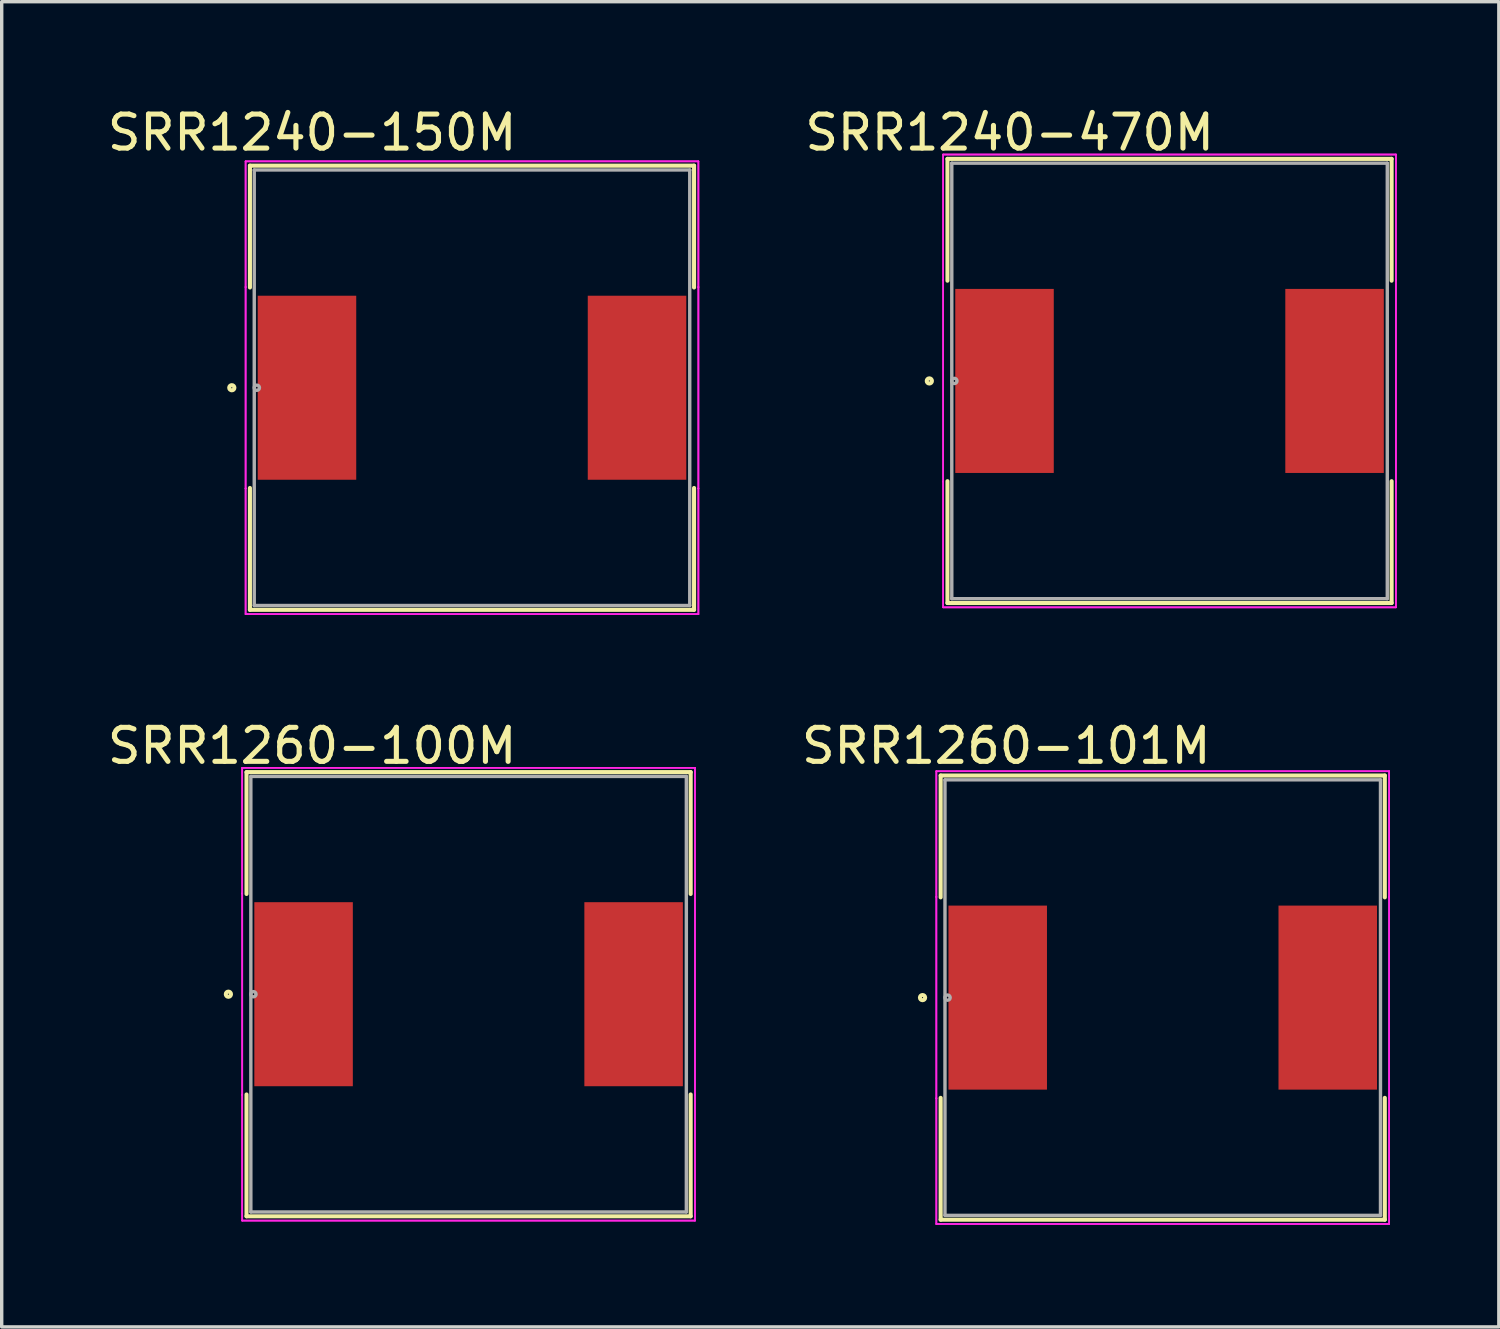
<source format=kicad_pcb>
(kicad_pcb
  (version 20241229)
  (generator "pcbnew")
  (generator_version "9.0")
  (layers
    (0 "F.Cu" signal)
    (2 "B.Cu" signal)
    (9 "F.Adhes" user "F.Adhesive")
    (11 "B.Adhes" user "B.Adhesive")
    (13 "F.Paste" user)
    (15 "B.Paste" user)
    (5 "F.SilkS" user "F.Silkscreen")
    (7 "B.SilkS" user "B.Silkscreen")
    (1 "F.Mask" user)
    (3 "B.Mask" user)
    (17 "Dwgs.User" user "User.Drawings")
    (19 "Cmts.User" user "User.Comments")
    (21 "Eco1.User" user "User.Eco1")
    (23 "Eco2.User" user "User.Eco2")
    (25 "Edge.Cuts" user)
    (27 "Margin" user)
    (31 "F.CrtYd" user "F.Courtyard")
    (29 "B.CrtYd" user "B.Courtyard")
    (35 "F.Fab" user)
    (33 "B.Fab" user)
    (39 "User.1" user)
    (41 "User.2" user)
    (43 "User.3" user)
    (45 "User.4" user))
  (footprint "SRR1260-100M"
    (layer "F.Cu")
    (at 10.725 26.176)
    (property "Reference" "SRR1260-100M" (at -4.6 -7.3 0) (layer "F.SilkS") (effects (font (size 1 1) (thickness 0.15))))
    (attr smd)
    (fp_line (start -6.528 -6.528) (end -6.528 -2.947) (stroke (width 0.12) (type solid)) (layer "F.SilkS"))
    (fp_line (start -6.528 2.947) (end -6.528 6.528) (stroke (width 0.12) (type solid)) (layer "F.SilkS"))
    (fp_line (start -6.528 6.528) (end 6.528 6.528) (stroke (width 0.12) (type solid)) (layer "F.SilkS"))
    (fp_line (start 6.528 -6.528) (end -6.528 -6.528) (stroke (width 0.12) (type solid)) (layer "F.SilkS"))
    (fp_line (start 6.528 -2.947) (end 6.528 -6.528) (stroke (width 0.12) (type solid)) (layer "F.SilkS"))
    (fp_line (start 6.528 6.528) (end 6.528 2.947) (stroke (width 0.12) (type solid)) (layer "F.SilkS"))
    (fp_circle (center -7.061 0) (end -6.985 0) (stroke (width 0.12) (type solid)) (fill no) (layer "F.SilkS"))
    (fp_line (start -6.655 -6.655) (end 6.655 -6.655) (stroke (width 0.05) (type solid)) (layer "F.CrtYd"))
    (fp_line (start -6.655 -6.655) (end 6.655 -6.655) (stroke (width 0.05) (type solid)) (layer "F.CrtYd"))
    (fp_line (start -6.655 -2.959) (end -6.655 -6.655) (stroke (width 0.05) (type solid)) (layer "F.CrtYd"))
    (fp_line (start -6.655 -2.959) (end -6.655 -6.655) (stroke (width 0.05) (type solid)) (layer "F.CrtYd"))
    (fp_line (start -6.655 -2.959) (end -6.655 -2.959) (stroke (width 0.05) (type solid)) (layer "F.CrtYd"))
    (fp_line (start -6.655 -2.959) (end -6.655 -2.959) (stroke (width 0.05) (type solid)) (layer "F.CrtYd"))
    (fp_line (start -6.655 2.959) (end -6.655 -2.959) (stroke (width 0.05) (type solid)) (layer "F.CrtYd"))
    (fp_line (start -6.655 2.959) (end -6.655 -2.959) (stroke (width 0.05) (type solid)) (layer "F.CrtYd"))
    (fp_line (start -6.655 2.959) (end -6.655 2.959) (stroke (width 0.05) (type solid)) (layer "F.CrtYd"))
    (fp_line (start -6.655 2.959) (end -6.655 2.959) (stroke (width 0.05) (type solid)) (layer "F.CrtYd"))
    (fp_line (start -6.655 6.655) (end -6.655 2.959) (stroke (width 0.05) (type solid)) (layer "F.CrtYd"))
    (fp_line (start -6.655 6.655) (end -6.655 2.959) (stroke (width 0.05) (type solid)) (layer "F.CrtYd"))
    (fp_line (start 6.655 -6.655) (end 6.655 -2.959) (stroke (width 0.05) (type solid)) (layer "F.CrtYd"))
    (fp_line (start 6.655 -6.655) (end 6.655 -2.959) (stroke (width 0.05) (type solid)) (layer "F.CrtYd"))
    (fp_line (start 6.655 -2.959) (end 6.655 -2.959) (stroke (width 0.05) (type solid)) (layer "F.CrtYd"))
    (fp_line (start 6.655 -2.959) (end 6.655 -2.959) (stroke (width 0.05) (type solid)) (layer "F.CrtYd"))
    (fp_line (start 6.655 -2.959) (end 6.655 2.959) (stroke (width 0.05) (type solid)) (layer "F.CrtYd"))
    (fp_line (start 6.655 -2.959) (end 6.655 2.959) (stroke (width 0.05) (type solid)) (layer "F.CrtYd"))
    (fp_line (start 6.655 2.959) (end 6.655 2.959) (stroke (width 0.05) (type solid)) (layer "F.CrtYd"))
    (fp_line (start 6.655 2.959) (end 6.655 2.959) (stroke (width 0.05) (type solid)) (layer "F.CrtYd"))
    (fp_line (start 6.655 2.959) (end 6.655 6.655) (stroke (width 0.05) (type solid)) (layer "F.CrtYd"))
    (fp_line (start 6.655 2.959) (end 6.655 6.655) (stroke (width 0.05) (type solid)) (layer "F.CrtYd"))
    (fp_line (start 6.655 6.655) (end -6.655 6.655) (stroke (width 0.05) (type solid)) (layer "F.CrtYd"))
    (fp_line (start 6.655 6.655) (end -6.655 6.655) (stroke (width 0.05) (type solid)) (layer "F.CrtYd"))
    (fp_line (start -6.401 -6.401) (end -6.401 6.401) (stroke (width 0.1) (type solid)) (layer "F.Fab"))
    (fp_line (start -6.401 6.401) (end 6.401 6.401) (stroke (width 0.1) (type solid)) (layer "F.Fab"))
    (fp_line (start 6.401 -6.401) (end -6.401 -6.401) (stroke (width 0.1) (type solid)) (layer "F.Fab"))
    (fp_line (start 6.401 6.401) (end 6.401 -6.401) (stroke (width 0.1) (type solid)) (layer "F.Fab"))
    (fp_circle (center -6.325 0) (end -6.248 0) (stroke (width 0.1) (type solid)) (fill no) (layer "F.Fab"))
    (pad "1" smd rect (at -4.851 0) (size 2.896 5.41) (layers "F.Cu" "F.Mask" "F.Paste"))
    (pad "2" smd rect (at 4.851 0) (size 2.896 5.41) (layers "F.Cu" "F.Mask" "F.Paste")))
  (footprint "SRR1260-101M"
    (layer "F.Cu")
    (at 31.13 26.276)
    (property "Reference" "SRR1260-101M" (at -4.6 -7.4 0) (layer "F.SilkS") (effects (font (size 1 1) (thickness 0.15))))
    (attr smd)
    (fp_line (start -6.528 -6.528) (end -6.528 -2.947) (stroke (width 0.12) (type solid)) (layer "F.SilkS"))
    (fp_line (start -6.528 2.947) (end -6.528 6.528) (stroke (width 0.12) (type solid)) (layer "F.SilkS"))
    (fp_line (start -6.528 6.528) (end 6.528 6.528) (stroke (width 0.12) (type solid)) (layer "F.SilkS"))
    (fp_line (start 6.528 -6.528) (end -6.528 -6.528) (stroke (width 0.12) (type solid)) (layer "F.SilkS"))
    (fp_line (start 6.528 -2.947) (end 6.528 -6.528) (stroke (width 0.12) (type solid)) (layer "F.SilkS"))
    (fp_line (start 6.528 6.528) (end 6.528 2.947) (stroke (width 0.12) (type solid)) (layer "F.SilkS"))
    (fp_circle (center -7.061 0) (end -6.985 0) (stroke (width 0.12) (type solid)) (fill no) (layer "F.SilkS"))
    (fp_line (start -6.655 -6.655) (end 6.655 -6.655) (stroke (width 0.05) (type solid)) (layer "F.CrtYd"))
    (fp_line (start -6.655 -6.655) (end 6.655 -6.655) (stroke (width 0.05) (type solid)) (layer "F.CrtYd"))
    (fp_line (start -6.655 -2.959) (end -6.655 -6.655) (stroke (width 0.05) (type solid)) (layer "F.CrtYd"))
    (fp_line (start -6.655 -2.959) (end -6.655 -6.655) (stroke (width 0.05) (type solid)) (layer "F.CrtYd"))
    (fp_line (start -6.655 -2.959) (end -6.655 -2.959) (stroke (width 0.05) (type solid)) (layer "F.CrtYd"))
    (fp_line (start -6.655 -2.959) (end -6.655 -2.959) (stroke (width 0.05) (type solid)) (layer "F.CrtYd"))
    (fp_line (start -6.655 2.959) (end -6.655 -2.959) (stroke (width 0.05) (type solid)) (layer "F.CrtYd"))
    (fp_line (start -6.655 2.959) (end -6.655 -2.959) (stroke (width 0.05) (type solid)) (layer "F.CrtYd"))
    (fp_line (start -6.655 2.959) (end -6.655 2.959) (stroke (width 0.05) (type solid)) (layer "F.CrtYd"))
    (fp_line (start -6.655 2.959) (end -6.655 2.959) (stroke (width 0.05) (type solid)) (layer "F.CrtYd"))
    (fp_line (start -6.655 6.655) (end -6.655 2.959) (stroke (width 0.05) (type solid)) (layer "F.CrtYd"))
    (fp_line (start -6.655 6.655) (end -6.655 2.959) (stroke (width 0.05) (type solid)) (layer "F.CrtYd"))
    (fp_line (start 6.655 -6.655) (end 6.655 -2.959) (stroke (width 0.05) (type solid)) (layer "F.CrtYd"))
    (fp_line (start 6.655 -6.655) (end 6.655 -2.959) (stroke (width 0.05) (type solid)) (layer "F.CrtYd"))
    (fp_line (start 6.655 -2.959) (end 6.655 -2.959) (stroke (width 0.05) (type solid)) (layer "F.CrtYd"))
    (fp_line (start 6.655 -2.959) (end 6.655 -2.959) (stroke (width 0.05) (type solid)) (layer "F.CrtYd"))
    (fp_line (start 6.655 -2.959) (end 6.655 2.959) (stroke (width 0.05) (type solid)) (layer "F.CrtYd"))
    (fp_line (start 6.655 -2.959) (end 6.655 2.959) (stroke (width 0.05) (type solid)) (layer "F.CrtYd"))
    (fp_line (start 6.655 2.959) (end 6.655 2.959) (stroke (width 0.05) (type solid)) (layer "F.CrtYd"))
    (fp_line (start 6.655 2.959) (end 6.655 2.959) (stroke (width 0.05) (type solid)) (layer "F.CrtYd"))
    (fp_line (start 6.655 2.959) (end 6.655 6.655) (stroke (width 0.05) (type solid)) (layer "F.CrtYd"))
    (fp_line (start 6.655 2.959) (end 6.655 6.655) (stroke (width 0.05) (type solid)) (layer "F.CrtYd"))
    (fp_line (start 6.655 6.655) (end -6.655 6.655) (stroke (width 0.05) (type solid)) (layer "F.CrtYd"))
    (fp_line (start 6.655 6.655) (end -6.655 6.655) (stroke (width 0.05) (type solid)) (layer "F.CrtYd"))
    (fp_line (start -6.401 -6.401) (end -6.401 6.401) (stroke (width 0.1) (type solid)) (layer "F.Fab"))
    (fp_line (start -6.401 6.401) (end 6.401 6.401) (stroke (width 0.1) (type solid)) (layer "F.Fab"))
    (fp_line (start 6.401 -6.401) (end -6.401 -6.401) (stroke (width 0.1) (type solid)) (layer "F.Fab"))
    (fp_line (start 6.401 6.401) (end 6.401 -6.401) (stroke (width 0.1) (type solid)) (layer "F.Fab"))
    (fp_circle (center -6.325 0) (end -6.248 0) (stroke (width 0.1) (type solid)) (fill no) (layer "F.Fab"))
    (pad "1" smd rect (at -4.851 0) (size 2.896 5.41) (layers "F.Cu" "F.Mask" "F.Paste"))
    (pad "2" smd rect (at 4.851 0) (size 2.896 5.41) (layers "F.Cu" "F.Mask" "F.Paste")))
  (footprint "SRR1240-470M"
    (layer "F.Cu")
    (at 31.33 8.148)
    (property "Reference" "SRR1240-470M" (at -4.7 -7.3 0) (layer "F.SilkS") (effects (font (size 1 1) (thickness 0.15))))
    (attr smd)
    (fp_line (start -6.528 -6.528) (end -6.528 -2.947) (stroke (width 0.12) (type solid)) (layer "F.SilkS"))
    (fp_line (start -6.528 2.947) (end -6.528 6.528) (stroke (width 0.12) (type solid)) (layer "F.SilkS"))
    (fp_line (start -6.528 6.528) (end 6.528 6.528) (stroke (width 0.12) (type solid)) (layer "F.SilkS"))
    (fp_line (start 6.528 -6.528) (end -6.528 -6.528) (stroke (width 0.12) (type solid)) (layer "F.SilkS"))
    (fp_line (start 6.528 -2.947) (end 6.528 -6.528) (stroke (width 0.12) (type solid)) (layer "F.SilkS"))
    (fp_line (start 6.528 6.528) (end 6.528 2.947) (stroke (width 0.12) (type solid)) (layer "F.SilkS"))
    (fp_circle (center -7.061 0) (end -6.985 0) (stroke (width 0.12) (type solid)) (fill no) (layer "F.SilkS"))
    (fp_line (start -6.655 -6.655) (end 6.655 -6.655) (stroke (width 0.05) (type solid)) (layer "F.CrtYd"))
    (fp_line (start -6.655 -6.655) (end 6.655 -6.655) (stroke (width 0.05) (type solid)) (layer "F.CrtYd"))
    (fp_line (start -6.655 -2.959) (end -6.655 -6.655) (stroke (width 0.05) (type solid)) (layer "F.CrtYd"))
    (fp_line (start -6.655 -2.959) (end -6.655 -6.655) (stroke (width 0.05) (type solid)) (layer "F.CrtYd"))
    (fp_line (start -6.655 -2.959) (end -6.655 -2.959) (stroke (width 0.05) (type solid)) (layer "F.CrtYd"))
    (fp_line (start -6.655 -2.959) (end -6.655 -2.959) (stroke (width 0.05) (type solid)) (layer "F.CrtYd"))
    (fp_line (start -6.655 2.959) (end -6.655 -2.959) (stroke (width 0.05) (type solid)) (layer "F.CrtYd"))
    (fp_line (start -6.655 2.959) (end -6.655 -2.959) (stroke (width 0.05) (type solid)) (layer "F.CrtYd"))
    (fp_line (start -6.655 2.959) (end -6.655 2.959) (stroke (width 0.05) (type solid)) (layer "F.CrtYd"))
    (fp_line (start -6.655 2.959) (end -6.655 2.959) (stroke (width 0.05) (type solid)) (layer "F.CrtYd"))
    (fp_line (start -6.655 6.655) (end -6.655 2.959) (stroke (width 0.05) (type solid)) (layer "F.CrtYd"))
    (fp_line (start -6.655 6.655) (end -6.655 2.959) (stroke (width 0.05) (type solid)) (layer "F.CrtYd"))
    (fp_line (start 6.655 -6.655) (end 6.655 -2.959) (stroke (width 0.05) (type solid)) (layer "F.CrtYd"))
    (fp_line (start 6.655 -6.655) (end 6.655 -2.959) (stroke (width 0.05) (type solid)) (layer "F.CrtYd"))
    (fp_line (start 6.655 -2.959) (end 6.655 -2.959) (stroke (width 0.05) (type solid)) (layer "F.CrtYd"))
    (fp_line (start 6.655 -2.959) (end 6.655 -2.959) (stroke (width 0.05) (type solid)) (layer "F.CrtYd"))
    (fp_line (start 6.655 -2.959) (end 6.655 2.959) (stroke (width 0.05) (type solid)) (layer "F.CrtYd"))
    (fp_line (start 6.655 -2.959) (end 6.655 2.959) (stroke (width 0.05) (type solid)) (layer "F.CrtYd"))
    (fp_line (start 6.655 2.959) (end 6.655 2.959) (stroke (width 0.05) (type solid)) (layer "F.CrtYd"))
    (fp_line (start 6.655 2.959) (end 6.655 2.959) (stroke (width 0.05) (type solid)) (layer "F.CrtYd"))
    (fp_line (start 6.655 2.959) (end 6.655 6.655) (stroke (width 0.05) (type solid)) (layer "F.CrtYd"))
    (fp_line (start 6.655 2.959) (end 6.655 6.655) (stroke (width 0.05) (type solid)) (layer "F.CrtYd"))
    (fp_line (start 6.655 6.655) (end -6.655 6.655) (stroke (width 0.05) (type solid)) (layer "F.CrtYd"))
    (fp_line (start 6.655 6.655) (end -6.655 6.655) (stroke (width 0.05) (type solid)) (layer "F.CrtYd"))
    (fp_line (start -6.401 -6.401) (end -6.401 6.401) (stroke (width 0.1) (type solid)) (layer "F.Fab"))
    (fp_line (start -6.401 6.401) (end 6.401 6.401) (stroke (width 0.1) (type solid)) (layer "F.Fab"))
    (fp_line (start 6.401 -6.401) (end -6.401 -6.401) (stroke (width 0.1) (type solid)) (layer "F.Fab"))
    (fp_line (start 6.401 6.401) (end 6.401 -6.401) (stroke (width 0.1) (type solid)) (layer "F.Fab"))
    (fp_circle (center -6.325 0) (end -6.248 0) (stroke (width 0.1) (type solid)) (fill no) (layer "F.Fab"))
    (pad "1" smd rect (at -4.851 0) (size 2.896 5.41) (layers "F.Cu" "F.Mask" "F.Paste"))
    (pad "2" smd rect (at 4.851 0) (size 2.896 5.41) (layers "F.Cu" "F.Mask" "F.Paste")))
  (footprint "SRR1240-150M"
    (layer "F.Cu")
    (at 10.825 8.348)
    (property "Reference" "SRR1240-150M" (at -4.7 -7.5 0) (layer "F.SilkS") (effects (font (size 1 1) (thickness 0.15))))
    (attr smd)
    (fp_line (start -6.528 -6.528) (end -6.528 -2.947) (stroke (width 0.12) (type solid)) (layer "F.SilkS"))
    (fp_line (start -6.528 2.947) (end -6.528 6.528) (stroke (width 0.12) (type solid)) (layer "F.SilkS"))
    (fp_line (start -6.528 6.528) (end 6.528 6.528) (stroke (width 0.12) (type solid)) (layer "F.SilkS"))
    (fp_line (start 6.528 -6.528) (end -6.528 -6.528) (stroke (width 0.12) (type solid)) (layer "F.SilkS"))
    (fp_line (start 6.528 -2.947) (end 6.528 -6.528) (stroke (width 0.12) (type solid)) (layer "F.SilkS"))
    (fp_line (start 6.528 6.528) (end 6.528 2.947) (stroke (width 0.12) (type solid)) (layer "F.SilkS"))
    (fp_circle (center -7.061 0) (end -6.985 0) (stroke (width 0.12) (type solid)) (fill no) (layer "F.SilkS"))
    (fp_line (start -6.655 -6.655) (end 6.655 -6.655) (stroke (width 0.05) (type solid)) (layer "F.CrtYd"))
    (fp_line (start -6.655 -6.655) (end 6.655 -6.655) (stroke (width 0.05) (type solid)) (layer "F.CrtYd"))
    (fp_line (start -6.655 -2.959) (end -6.655 -6.655) (stroke (width 0.05) (type solid)) (layer "F.CrtYd"))
    (fp_line (start -6.655 -2.959) (end -6.655 -6.655) (stroke (width 0.05) (type solid)) (layer "F.CrtYd"))
    (fp_line (start -6.655 -2.959) (end -6.655 -2.959) (stroke (width 0.05) (type solid)) (layer "F.CrtYd"))
    (fp_line (start -6.655 -2.959) (end -6.655 -2.959) (stroke (width 0.05) (type solid)) (layer "F.CrtYd"))
    (fp_line (start -6.655 2.959) (end -6.655 -2.959) (stroke (width 0.05) (type solid)) (layer "F.CrtYd"))
    (fp_line (start -6.655 2.959) (end -6.655 -2.959) (stroke (width 0.05) (type solid)) (layer "F.CrtYd"))
    (fp_line (start -6.655 2.959) (end -6.655 2.959) (stroke (width 0.05) (type solid)) (layer "F.CrtYd"))
    (fp_line (start -6.655 2.959) (end -6.655 2.959) (stroke (width 0.05) (type solid)) (layer "F.CrtYd"))
    (fp_line (start -6.655 6.655) (end -6.655 2.959) (stroke (width 0.05) (type solid)) (layer "F.CrtYd"))
    (fp_line (start -6.655 6.655) (end -6.655 2.959) (stroke (width 0.05) (type solid)) (layer "F.CrtYd"))
    (fp_line (start 6.655 -6.655) (end 6.655 -2.959) (stroke (width 0.05) (type solid)) (layer "F.CrtYd"))
    (fp_line (start 6.655 -6.655) (end 6.655 -2.959) (stroke (width 0.05) (type solid)) (layer "F.CrtYd"))
    (fp_line (start 6.655 -2.959) (end 6.655 -2.959) (stroke (width 0.05) (type solid)) (layer "F.CrtYd"))
    (fp_line (start 6.655 -2.959) (end 6.655 -2.959) (stroke (width 0.05) (type solid)) (layer "F.CrtYd"))
    (fp_line (start 6.655 -2.959) (end 6.655 2.959) (stroke (width 0.05) (type solid)) (layer "F.CrtYd"))
    (fp_line (start 6.655 -2.959) (end 6.655 2.959) (stroke (width 0.05) (type solid)) (layer "F.CrtYd"))
    (fp_line (start 6.655 2.959) (end 6.655 2.959) (stroke (width 0.05) (type solid)) (layer "F.CrtYd"))
    (fp_line (start 6.655 2.959) (end 6.655 2.959) (stroke (width 0.05) (type solid)) (layer "F.CrtYd"))
    (fp_line (start 6.655 2.959) (end 6.655 6.655) (stroke (width 0.05) (type solid)) (layer "F.CrtYd"))
    (fp_line (start 6.655 2.959) (end 6.655 6.655) (stroke (width 0.05) (type solid)) (layer "F.CrtYd"))
    (fp_line (start 6.655 6.655) (end -6.655 6.655) (stroke (width 0.05) (type solid)) (layer "F.CrtYd"))
    (fp_line (start 6.655 6.655) (end -6.655 6.655) (stroke (width 0.05) (type solid)) (layer "F.CrtYd"))
    (fp_line (start -6.401 -6.401) (end -6.401 6.401) (stroke (width 0.1) (type solid)) (layer "F.Fab"))
    (fp_line (start -6.401 6.401) (end 6.401 6.401) (stroke (width 0.1) (type solid)) (layer "F.Fab"))
    (fp_line (start 6.401 -6.401) (end -6.401 -6.401) (stroke (width 0.1) (type solid)) (layer "F.Fab"))
    (fp_line (start 6.401 6.401) (end 6.401 -6.401) (stroke (width 0.1) (type solid)) (layer "F.Fab"))
    (fp_circle (center -6.325 0) (end -6.248 0) (stroke (width 0.1) (type solid)) (fill no) (layer "F.Fab"))
    (pad "1" smd rect (at -4.851 0) (size 2.896 5.41) (layers "F.Cu" "F.Mask" "F.Paste"))
    (pad "2" smd rect (at 4.851 0) (size 2.896 5.41) (layers "F.Cu" "F.Mask" "F.Paste")))
  (gr_rect
    (start -3 -3)
    (end 41.01 35.956)
    (stroke (width 0.1) (type default))
    (fill no)
    (layer "Edge.Cuts")))
</source>
